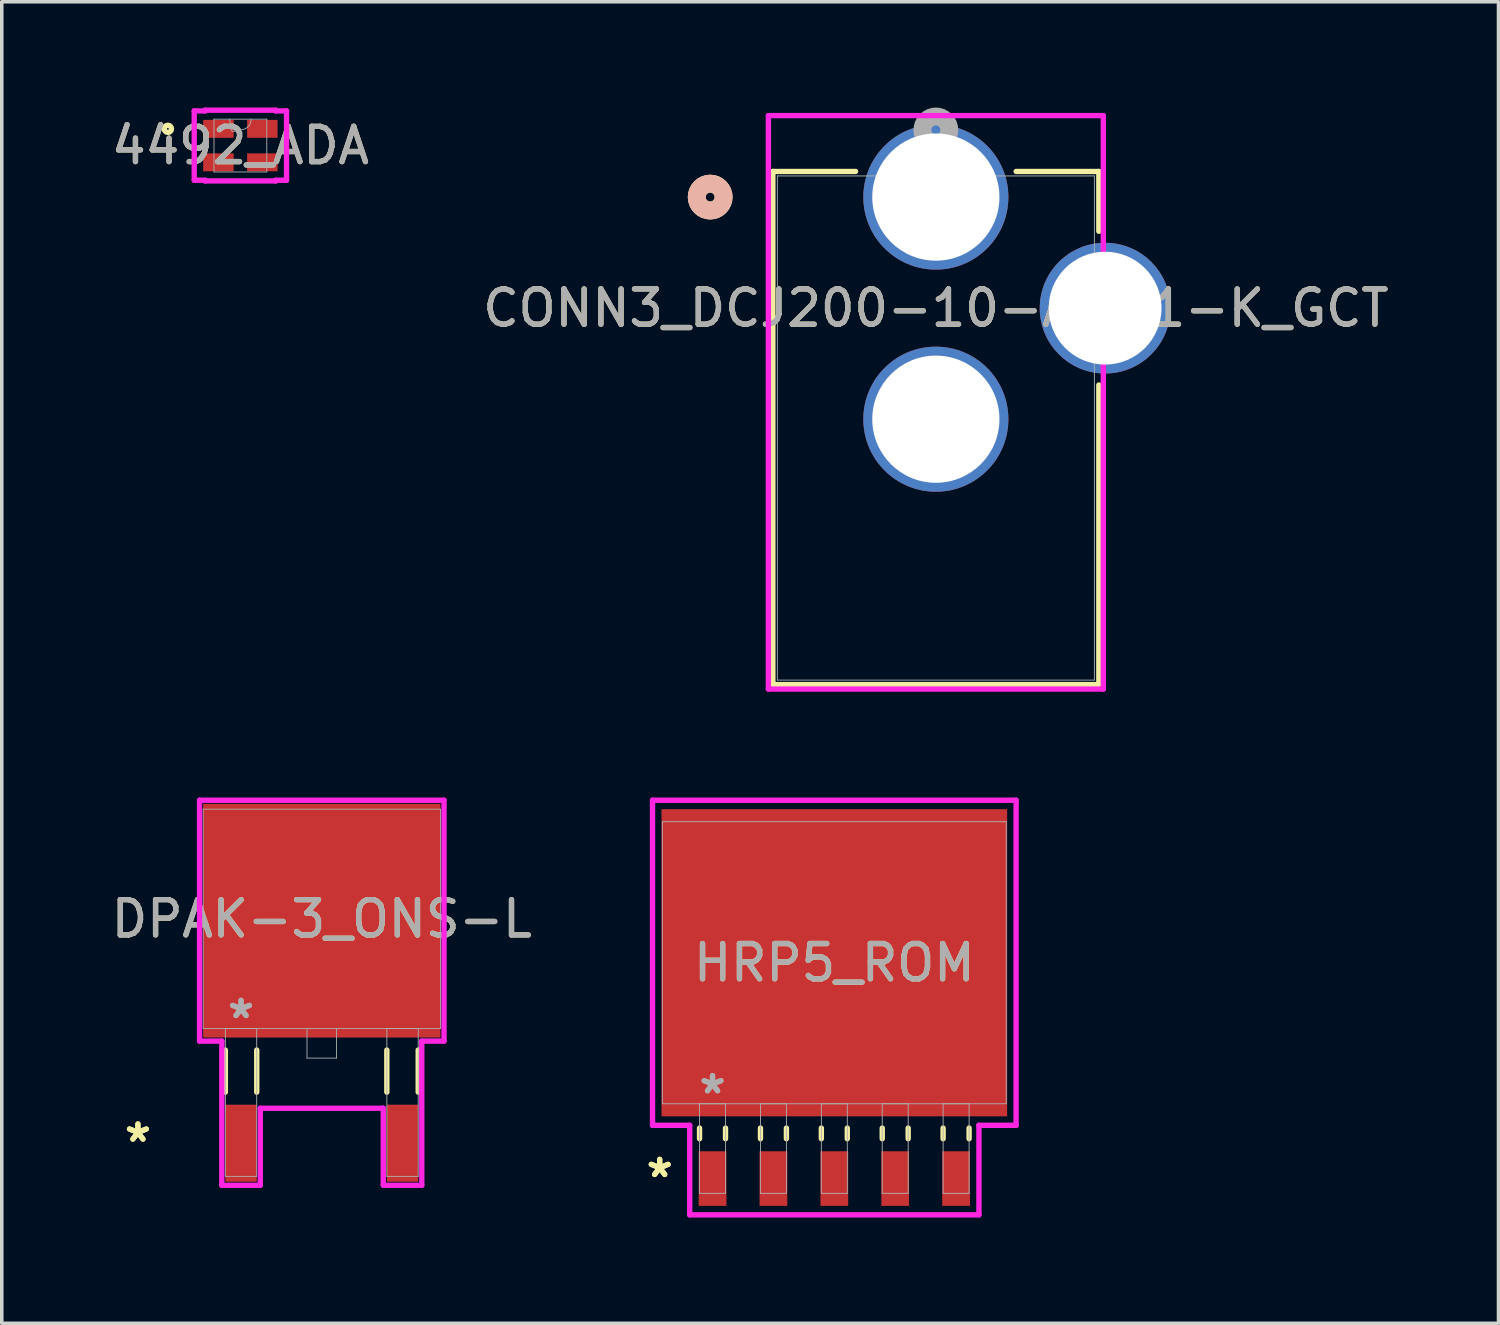
<source format=kicad_pcb>
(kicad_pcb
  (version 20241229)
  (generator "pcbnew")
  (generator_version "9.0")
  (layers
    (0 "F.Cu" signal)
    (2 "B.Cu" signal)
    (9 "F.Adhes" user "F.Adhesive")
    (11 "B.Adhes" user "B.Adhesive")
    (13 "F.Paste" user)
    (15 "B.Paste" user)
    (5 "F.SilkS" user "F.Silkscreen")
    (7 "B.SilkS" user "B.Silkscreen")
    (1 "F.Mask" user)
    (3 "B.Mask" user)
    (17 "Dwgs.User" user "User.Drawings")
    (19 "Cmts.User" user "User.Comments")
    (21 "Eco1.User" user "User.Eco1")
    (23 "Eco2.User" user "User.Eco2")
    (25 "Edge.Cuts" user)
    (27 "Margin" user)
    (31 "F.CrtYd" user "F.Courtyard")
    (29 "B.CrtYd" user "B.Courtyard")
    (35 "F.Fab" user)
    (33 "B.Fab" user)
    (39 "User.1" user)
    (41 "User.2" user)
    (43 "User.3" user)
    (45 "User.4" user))
  (footprint "CONN3_DCJ200-10-A-K1-K_GCT"
    (layer "F.Cu")
    (at 23.494 2.54)
    (property "Reference" "CONN3_DCJ200-10-A-K1-K_GCT" (at 0 3.15 0) (unlocked yes) (layer "F.SilkS") (effects (font (size 1 1) (thickness 0.15))))
    (attr through_hole)
    (fp_line (start -4.623 -0.727) (end -4.623 13.827) (stroke (width 0.152) (type solid)) (layer "F.SilkS"))
    (fp_line (start -4.623 13.827) (end 4.623 13.827) (stroke (width 0.152) (type solid)) (layer "F.SilkS"))
    (fp_line (start -2.277 -0.727) (end -4.623 -0.727) (stroke (width 0.152) (type solid)) (layer "F.SilkS"))
    (fp_line (start 4.623 -0.727) (end 2.277 -0.727) (stroke (width 0.152) (type solid)) (layer "F.SilkS"))
    (fp_line (start 4.623 0.97) (end 4.623 -0.727) (stroke (width 0.152) (type solid)) (layer "F.SilkS"))
    (fp_line (start 4.623 13.827) (end 4.623 5.33) (stroke (width 0.152) (type solid)) (layer "F.SilkS"))
    (fp_circle (center -6.401 0) (end -6.02 0) (stroke (width 0.508) (type solid)) (fill no) (layer "F.SilkS"))
    (fp_circle (center -6.401 0) (end -6.02 0) (stroke (width 0.508) (type solid)) (fill no) (layer "B.SilkS"))
    (fp_line (start -4.75 -2.311) (end -4.75 13.954) (stroke (width 0.152) (type solid)) (layer "F.CrtYd"))
    (fp_line (start -4.75 13.954) (end 4.75 13.954) (stroke (width 0.152) (type solid)) (layer "F.CrtYd"))
    (fp_line (start 4.75 -2.311) (end -4.75 -2.311) (stroke (width 0.152) (type solid)) (layer "F.CrtYd"))
    (fp_line (start 4.75 13.954) (end 4.75 -2.311) (stroke (width 0.152) (type solid)) (layer "F.CrtYd"))
    (fp_line (start -4.496 -0.6) (end -4.496 13.7) (stroke (width 0.025) (type solid)) (layer "F.Fab"))
    (fp_line (start -4.496 13.7) (end 4.496 13.7) (stroke (width 0.025) (type solid)) (layer "F.Fab"))
    (fp_line (start 4.496 -0.6) (end -4.496 -0.6) (stroke (width 0.025) (type solid)) (layer "F.Fab"))
    (fp_line (start 4.496 13.7) (end 4.496 -0.6) (stroke (width 0.025) (type solid)) (layer "F.Fab"))
    (fp_circle (center 0 -1.905) (end 0.381 -1.905) (stroke (width 0.508) (type solid)) (fill no) (layer "F.Fab"))
    (fp_text user "${REFERENCE}" (at 0 3.15 0) (unlocked yes) (layer "F.Fab") (effects (font (size 1 1) (thickness 0.15))))
    (pad "1" thru_hole circle (at 0 0) (size 4.115 4.115) (drill 3.607) (layers "*.Cu" "*.Mask"))
    (pad "2" thru_hole circle (at 0 6.3) (size 4.115 4.115) (drill 3.607) (layers "*.Cu" "*.Mask"))
    (pad "3" thru_hole circle (at 4.8 3.15) (size 3.708 3.708) (drill 3.2) (layers "*.Cu" "*.Mask")))
  (footprint "4492_ADA"
    (layer "F.Cu")
    (at 3.768 1.079)
    (property "Reference" "4492_ADA" (at 0 0 0) (unlocked yes) (layer "F.SilkS") (effects (font (size 1 1) (thickness 0.15))))
    (attr smd)
    (fp_circle (center -2.056 -0.475) (end -1.954 -0.475) (stroke (width 0.152) (type solid)) (fill no) (layer "F.SilkS"))
    (fp_line (start -1.309 -0.983) (end -1.003 -0.983) (stroke (width 0.152) (type solid)) (layer "F.CrtYd"))
    (fp_line (start -1.309 0.983) (end -1.309 -0.983) (stroke (width 0.152) (type solid)) (layer "F.CrtYd"))
    (fp_line (start -1.309 0.983) (end -1.003 0.983) (stroke (width 0.152) (type solid)) (layer "F.CrtYd"))
    (fp_line (start -1.003 -1.003) (end 1.003 -1.003) (stroke (width 0.152) (type solid)) (layer "F.CrtYd"))
    (fp_line (start -1.003 -0.983) (end -1.003 -1.003) (stroke (width 0.152) (type solid)) (layer "F.CrtYd"))
    (fp_line (start -1.003 1.003) (end -1.003 0.983) (stroke (width 0.152) (type solid)) (layer "F.CrtYd"))
    (fp_line (start 1.003 -1.003) (end 1.003 -0.983) (stroke (width 0.152) (type solid)) (layer "F.CrtYd"))
    (fp_line (start 1.003 0.983) (end 1.003 1.003) (stroke (width 0.152) (type solid)) (layer "F.CrtYd"))
    (fp_line (start 1.003 1.003) (end -1.003 1.003) (stroke (width 0.152) (type solid)) (layer "F.CrtYd"))
    (fp_line (start 1.309 -0.983) (end 1.003 -0.983) (stroke (width 0.152) (type solid)) (layer "F.CrtYd"))
    (fp_line (start 1.309 -0.983) (end 1.309 0.983) (stroke (width 0.152) (type solid)) (layer "F.CrtYd"))
    (fp_line (start 1.309 0.983) (end 1.003 0.983) (stroke (width 0.152) (type solid)) (layer "F.CrtYd"))
    (fp_line (start -0.749 -0.749) (end -0.749 0.749) (stroke (width 0.025) (type solid)) (layer "F.Fab"))
    (fp_line (start -0.749 0.749) (end 0.749 0.749) (stroke (width 0.025) (type solid)) (layer "F.Fab"))
    (fp_line (start 0.749 -0.749) (end -0.749 -0.749) (stroke (width 0.025) (type solid)) (layer "F.Fab"))
    (fp_line (start 0.749 0.749) (end 0.749 -0.749) (stroke (width 0.025) (type solid)) (layer "F.Fab"))
    (fp_arc (start 0.3048 -0.7493) (mid 0 -0.4445) (end -0.3048 -0.7493) (stroke (width 0.0254) (type solid)) (layer "F.Fab"))
    (fp_circle (center -0.191 -0.475) (end -0.115 -0.475) (stroke (width 0.025) (type solid)) (fill no) (layer "F.Fab"))
    (fp_text user "${REFERENCE}" (at 0 0 0) (unlocked yes) (layer "F.Fab") (effects (font (size 1 1) (thickness 0.15))))
    (pad "1" smd rect (at -0.623 -0.475) (size 0.864 0.508) (layers "F.Cu" "F.Mask" "F.Paste"))
    (pad "2" smd rect (at -0.623 0.475) (size 0.864 0.508) (layers "F.Cu" "F.Mask" "F.Paste"))
    (pad "3" smd rect (at 0.623 0.475) (size 0.864 0.508) (layers "F.Cu" "F.Mask" "F.Paste"))
    (pad "4" smd rect (at 0.623 -0.475) (size 0.864 0.508) (layers "F.Cu" "F.Mask" "F.Paste")))
  (footprint "HRP5_ROM"
    (layer "F.Cu")
    (at 20.614 24.257)
    (property "Reference" "HRP5_ROM" (at 0 0 0) (unlocked yes) (layer "F.SilkS") (effects (font (size 1 1) (thickness 0.15))))
    (attr smd)
    (fp_line (start -3.823 4.689) (end -3.823 4.991) (stroke (width 0.152) (type solid)) (layer "F.SilkS"))
    (fp_line (start -3.086 4.689) (end -3.086 4.991) (stroke (width 0.152) (type solid)) (layer "F.SilkS"))
    (fp_line (start -2.095 4.689) (end -2.095 4.991) (stroke (width 0.152) (type solid)) (layer "F.SilkS"))
    (fp_line (start -1.359 4.689) (end -1.359 4.991) (stroke (width 0.152) (type solid)) (layer "F.SilkS"))
    (fp_line (start -0.368 4.689) (end -0.368 4.991) (stroke (width 0.152) (type solid)) (layer "F.SilkS"))
    (fp_line (start 0.368 4.689) (end 0.368 4.991) (stroke (width 0.152) (type solid)) (layer "F.SilkS"))
    (fp_line (start 1.359 4.689) (end 1.359 4.991) (stroke (width 0.152) (type solid)) (layer "F.SilkS"))
    (fp_line (start 2.095 4.689) (end 2.095 4.991) (stroke (width 0.152) (type solid)) (layer "F.SilkS"))
    (fp_line (start 3.086 4.689) (end 3.086 4.991) (stroke (width 0.152) (type solid)) (layer "F.SilkS"))
    (fp_line (start 3.823 4.689) (end 3.823 4.991) (stroke (width 0.152) (type solid)) (layer "F.SilkS"))
    (fp_line (start -5.156 -4.61) (end 5.156 -4.61) (stroke (width 0.152) (type solid)) (layer "F.CrtYd"))
    (fp_line (start -5.156 4.61) (end -5.156 -4.61) (stroke (width 0.152) (type solid)) (layer "F.CrtYd"))
    (fp_line (start -4.102 4.61) (end -5.156 4.61) (stroke (width 0.152) (type solid)) (layer "F.CrtYd"))
    (fp_line (start -4.102 7.15) (end -4.102 4.61) (stroke (width 0.152) (type solid)) (layer "F.CrtYd"))
    (fp_line (start 4.102 4.61) (end 4.102 7.15) (stroke (width 0.152) (type solid)) (layer "F.CrtYd"))
    (fp_line (start 4.102 7.15) (end -4.102 7.15) (stroke (width 0.152) (type solid)) (layer "F.CrtYd"))
    (fp_line (start 5.156 -4.61) (end 5.156 4.61) (stroke (width 0.152) (type solid)) (layer "F.CrtYd"))
    (fp_line (start 5.156 4.61) (end 4.102 4.61) (stroke (width 0.152) (type solid)) (layer "F.CrtYd"))
    (fp_line (start -4.877 -4) (end -4.877 4) (stroke (width 0.025) (type solid)) (layer "F.Fab"))
    (fp_line (start -4.877 4) (end 4.877 4) (stroke (width 0.025) (type solid)) (layer "F.Fab"))
    (fp_line (start -3.823 4) (end -3.823 6.54) (stroke (width 0.025) (type solid)) (layer "F.Fab"))
    (fp_line (start -3.823 6.54) (end -3.086 6.54) (stroke (width 0.025) (type solid)) (layer "F.Fab"))
    (fp_line (start -3.086 4) (end -3.823 4) (stroke (width 0.025) (type solid)) (layer "F.Fab"))
    (fp_line (start -3.086 6.54) (end -3.086 4) (stroke (width 0.025) (type solid)) (layer "F.Fab"))
    (fp_line (start -2.095 4) (end -2.095 6.54) (stroke (width 0.025) (type solid)) (layer "F.Fab"))
    (fp_line (start -2.095 6.54) (end -1.359 6.54) (stroke (width 0.025) (type solid)) (layer "F.Fab"))
    (fp_line (start -1.359 4) (end -2.095 4) (stroke (width 0.025) (type solid)) (layer "F.Fab"))
    (fp_line (start -1.359 6.54) (end -1.359 4) (stroke (width 0.025) (type solid)) (layer "F.Fab"))
    (fp_line (start -0.368 4) (end -0.368 6.54) (stroke (width 0.025) (type solid)) (layer "F.Fab"))
    (fp_line (start -0.368 6.54) (end 0.368 6.54) (stroke (width 0.025) (type solid)) (layer "F.Fab"))
    (fp_line (start 0.368 4) (end -0.368 4) (stroke (width 0.025) (type solid)) (layer "F.Fab"))
    (fp_line (start 0.368 6.54) (end 0.368 4) (stroke (width 0.025) (type solid)) (layer "F.Fab"))
    (fp_line (start 1.359 4) (end 1.359 6.54) (stroke (width 0.025) (type solid)) (layer "F.Fab"))
    (fp_line (start 1.359 6.54) (end 2.095 6.54) (stroke (width 0.025) (type solid)) (layer "F.Fab"))
    (fp_line (start 2.095 4) (end 1.359 4) (stroke (width 0.025) (type solid)) (layer "F.Fab"))
    (fp_line (start 2.095 6.54) (end 2.095 4) (stroke (width 0.025) (type solid)) (layer "F.Fab"))
    (fp_line (start 3.086 4) (end 3.086 6.54) (stroke (width 0.025) (type solid)) (layer "F.Fab"))
    (fp_line (start 3.086 6.54) (end 3.823 6.54) (stroke (width 0.025) (type solid)) (layer "F.Fab"))
    (fp_line (start 3.823 4) (end 3.086 4) (stroke (width 0.025) (type solid)) (layer "F.Fab"))
    (fp_line (start 3.823 6.54) (end 3.823 4) (stroke (width 0.025) (type solid)) (layer "F.Fab"))
    (fp_line (start 4.877 -4) (end -4.877 -4) (stroke (width 0.025) (type solid)) (layer "F.Fab"))
    (fp_line (start 4.877 4) (end 4.877 -4) (stroke (width 0.025) (type solid)) (layer "F.Fab"))
    (fp_text user "*" (at -4.953 6.121 0) (unlocked yes) (layer "F.SilkS") (effects (font (size 1 1) (thickness 0.15))))
    (fp_text user "*" (at -4.953 6.121 0) (layer "F.SilkS") (effects (font (size 1 1) (thickness 0.15))))
    (fp_text user "${REFERENCE}" (at 0 0 0) (unlocked yes) (layer "F.Fab") (effects (font (size 1 1) (thickness 0.15))))
    (fp_text user "*" (at -3.454 3.747 0) (layer "F.Fab") (effects (font (size 1 1) (thickness 0.15))))
    (fp_text user "*" (at -3.454 3.747 0) (unlocked yes) (layer "F.Fab") (effects (font (size 1 1) (thickness 0.15))))
    (pad "1" smd rect (at -3.454 6.121) (size 0.787 1.549) (layers "F.Cu" "F.Mask" "F.Paste"))
    (pad "2" smd rect (at -1.727 6.121) (size 0.787 1.549) (layers "F.Cu" "F.Mask" "F.Paste"))
    (pad "3" smd rect (at 0 6.121) (size 0.787 1.549) (layers "F.Cu" "F.Mask" "F.Paste"))
    (pad "4" smd rect (at 1.727 6.121) (size 0.787 1.549) (layers "F.Cu" "F.Mask" "F.Paste"))
    (pad "5" smd rect (at 3.454 6.121) (size 0.787 1.549) (layers "F.Cu" "F.Mask" "F.Paste"))
    (pad "6" smd rect (at 0 0) (size 9.804 8.712) (layers "F.Cu" "F.Mask" "F.Paste")))
  (footprint "DPAK-3_ONS-L"
    (layer "F.Cu")
    (at 6.077 23.012)
    (property "Reference" "DPAK-3_ONS-L" (at 0 0 0) (unlocked yes) (layer "F.SilkS") (effects (font (size 1 1) (thickness 0.15))))
    (attr smd)
    (fp_line (start -2.735 3.721) (end -2.735 4.915) (stroke (width 0.152) (type solid)) (layer "F.SilkS"))
    (fp_line (start -1.845 3.721) (end -1.845 4.915) (stroke (width 0.152) (type solid)) (layer "F.SilkS"))
    (fp_line (start 1.845 3.721) (end 1.845 4.915) (stroke (width 0.152) (type solid)) (layer "F.SilkS"))
    (fp_line (start 2.735 3.721) (end 2.735 4.915) (stroke (width 0.152) (type solid)) (layer "F.SilkS"))
    (fp_line (start -3.467 -3.365) (end 3.467 -3.365) (stroke (width 0.152) (type solid)) (layer "F.CrtYd"))
    (fp_line (start -3.467 3.467) (end -3.467 -3.365) (stroke (width 0.152) (type solid)) (layer "F.CrtYd"))
    (fp_line (start -2.836 3.467) (end -3.467 3.467) (stroke (width 0.152) (type solid)) (layer "F.CrtYd"))
    (fp_line (start -2.836 7.556) (end -2.836 3.467) (stroke (width 0.152) (type solid)) (layer "F.CrtYd"))
    (fp_line (start -1.744 5.372) (end -1.744 7.556) (stroke (width 0.152) (type solid)) (layer "F.CrtYd"))
    (fp_line (start -1.744 7.556) (end -2.836 7.556) (stroke (width 0.152) (type solid)) (layer "F.CrtYd"))
    (fp_line (start 1.744 5.372) (end -1.744 5.372) (stroke (width 0.152) (type solid)) (layer "F.CrtYd"))
    (fp_line (start 1.744 7.556) (end 1.744 5.372) (stroke (width 0.152) (type solid)) (layer "F.CrtYd"))
    (fp_line (start 2.836 3.467) (end 2.836 7.556) (stroke (width 0.152) (type solid)) (layer "F.CrtYd"))
    (fp_line (start 2.836 7.556) (end 1.744 7.556) (stroke (width 0.152) (type solid)) (layer "F.CrtYd"))
    (fp_line (start 3.467 -3.365) (end 3.467 3.467) (stroke (width 0.152) (type solid)) (layer "F.CrtYd"))
    (fp_line (start 3.467 3.467) (end 2.836 3.467) (stroke (width 0.152) (type solid)) (layer "F.CrtYd"))
    (fp_line (start -3.365 -3.111) (end -3.365 3.111) (stroke (width 0.025) (type solid)) (layer "F.Fab"))
    (fp_line (start -3.365 3.111) (end 3.365 3.111) (stroke (width 0.025) (type solid)) (layer "F.Fab"))
    (fp_line (start -2.735 3.111) (end -2.735 7.303) (stroke (width 0.025) (type solid)) (layer "F.Fab"))
    (fp_line (start -2.735 7.303) (end -1.846 7.303) (stroke (width 0.025) (type solid)) (layer "F.Fab"))
    (fp_line (start -1.846 3.111) (end -2.735 3.111) (stroke (width 0.025) (type solid)) (layer "F.Fab"))
    (fp_line (start -1.846 7.303) (end -1.846 3.111) (stroke (width 0.025) (type solid)) (layer "F.Fab"))
    (fp_line (start -0.419 3.111) (end -0.419 3.95) (stroke (width 0.025) (type solid)) (layer "F.Fab"))
    (fp_line (start -0.419 3.95) (end 0.419 3.95) (stroke (width 0.025) (type solid)) (layer "F.Fab"))
    (fp_line (start 0.419 3.95) (end 0.419 3.111) (stroke (width 0.025) (type solid)) (layer "F.Fab"))
    (fp_line (start 1.846 3.111) (end 1.846 7.303) (stroke (width 0.025) (type solid)) (layer "F.Fab"))
    (fp_line (start 1.846 7.303) (end 2.735 7.303) (stroke (width 0.025) (type solid)) (layer "F.Fab"))
    (fp_line (start 2.735 3.111) (end 1.846 3.111) (stroke (width 0.025) (type solid)) (layer "F.Fab"))
    (fp_line (start 2.735 7.303) (end 2.735 3.111) (stroke (width 0.025) (type solid)) (layer "F.Fab"))
    (fp_line (start 3.365 -3.111) (end -3.365 -3.111) (stroke (width 0.025) (type solid)) (layer "F.Fab"))
    (fp_line (start 3.365 3.111) (end 3.365 -3.111) (stroke (width 0.025) (type solid)) (layer "F.Fab"))
    (fp_text user "*" (at -5.215 6.363 0) (unlocked yes) (layer "F.SilkS") (effects (font (size 1 1) (thickness 0.15))))
    (fp_text user "*" (at -5.215 6.363 0) (layer "F.SilkS") (effects (font (size 1 1) (thickness 0.15))))
    (fp_text user "${REFERENCE}" (at 0 0 0) (unlocked yes) (layer "F.Fab") (effects (font (size 1 1) (thickness 0.15))))
    (fp_text user "*" (at -2.29 2.857 0) (layer "F.Fab") (effects (font (size 1 1) (thickness 0.15))))
    (fp_text user "*" (at -2.29 2.857 0) (unlocked yes) (layer "F.Fab") (effects (font (size 1 1) (thickness 0.15))))
    (pad "1" smd rect (at -2.29 6.363) (size 0.889 2.184) (layers "F.Cu" "F.Mask" "F.Paste"))
    (pad "2" smd rect (at 0 0.051) (size 6.731 6.629) (layers "F.Cu" "F.Mask" "F.Paste"))
    (pad "3" smd rect (at 2.29 6.363) (size 0.889 2.184) (layers "F.Cu" "F.Mask" "F.Paste")))
  (gr_rect
    (start -3 -3)
    (end 39.452 34.483)
    (stroke (width 0.1) (type default))
    (fill no)
    (layer "Edge.Cuts")))
</source>
